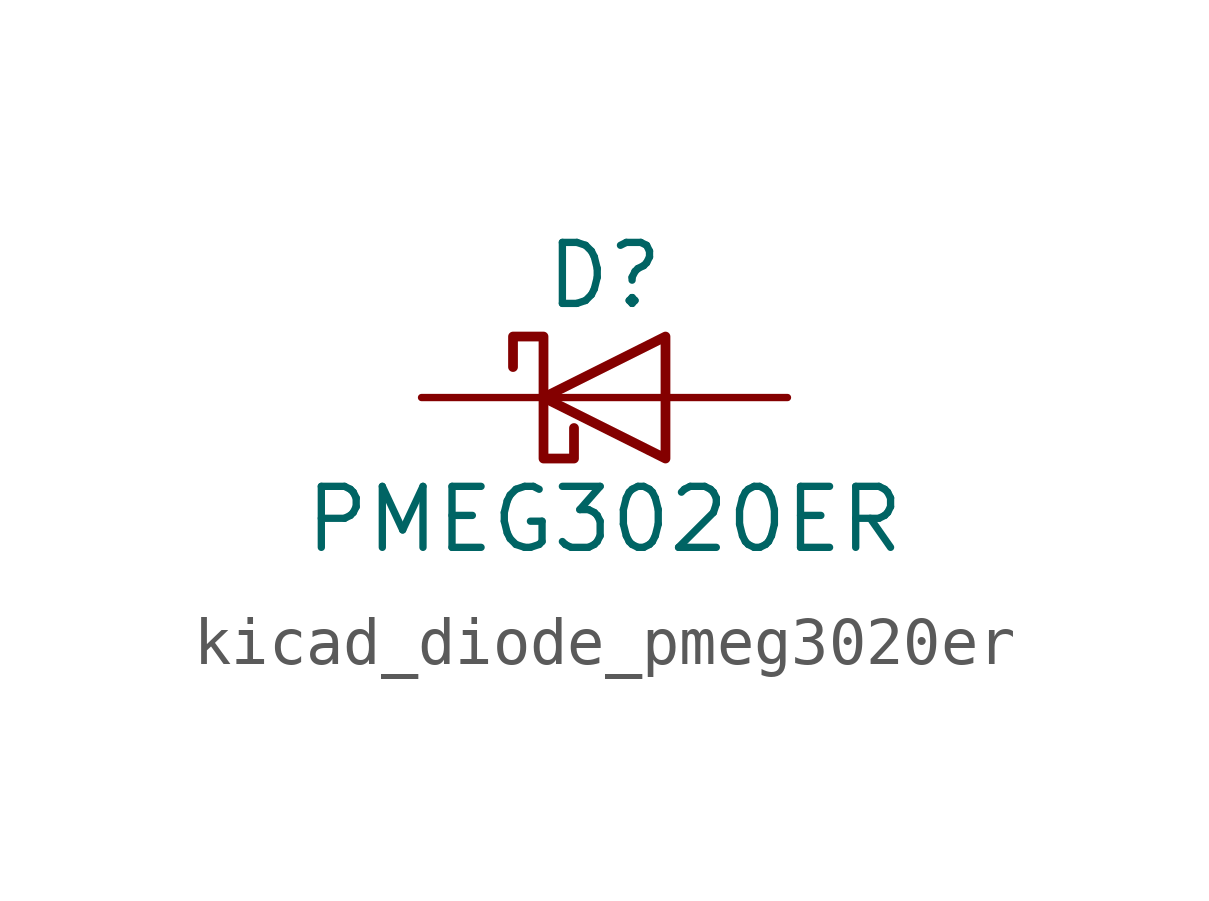
<source format=kicad_sym>
(kicad_symbol_lib
  (version 20220914)
  (generator kicad_symbol_editor)
  (symbol "kicad_diode_pmeg3020er"
    (pin_numbers hide)
    (pin_names hide)
    (property "Reference" "D"
      (at 0 2.54 0)
      (effects (font (size 1.27 1.27))))
    (property "Value" "PMEG3020ER"
      (at 0 -2.54 0)
      (effects (font (size 1.27 1.27))))
    (symbol "kicad_diode_pmeg3020er_0_1"
      (polyline (pts (xy 1.27 0) (xy -1.27 0)) (stroke (width 0) (type default)) (fill (type none)))
      (polyline (pts (xy 1.27 1.27) (xy 1.27 -1.27) (xy -1.27 0) (xy 1.27 1.27)) (stroke (width 0.203) (type default)) (fill (type none)))
      (polyline (pts (xy -1.905 0.635) (xy -1.905 1.27) (xy -1.27 1.27) (xy -1.27 -1.27) (xy -0.635 -1.27) (xy -0.635 -0.635)) (stroke (width 0.203) (type default)) (fill (type none))))
    (symbol "kicad_diode_pmeg3020er_1_1"
      (pin passive line (at -3.81 0 0) (length 2.54) (name "K" (effects (font (size 1.27 1.27)))) (number "1" (effects (font (size 1.27 1.27)))))
      (pin passive line (at 3.81 0 180) (length 2.54) (name "A" (effects (font (size 1.27 1.27)))) (number "2" (effects (font (size 1.27 1.27))))))))
</source>
